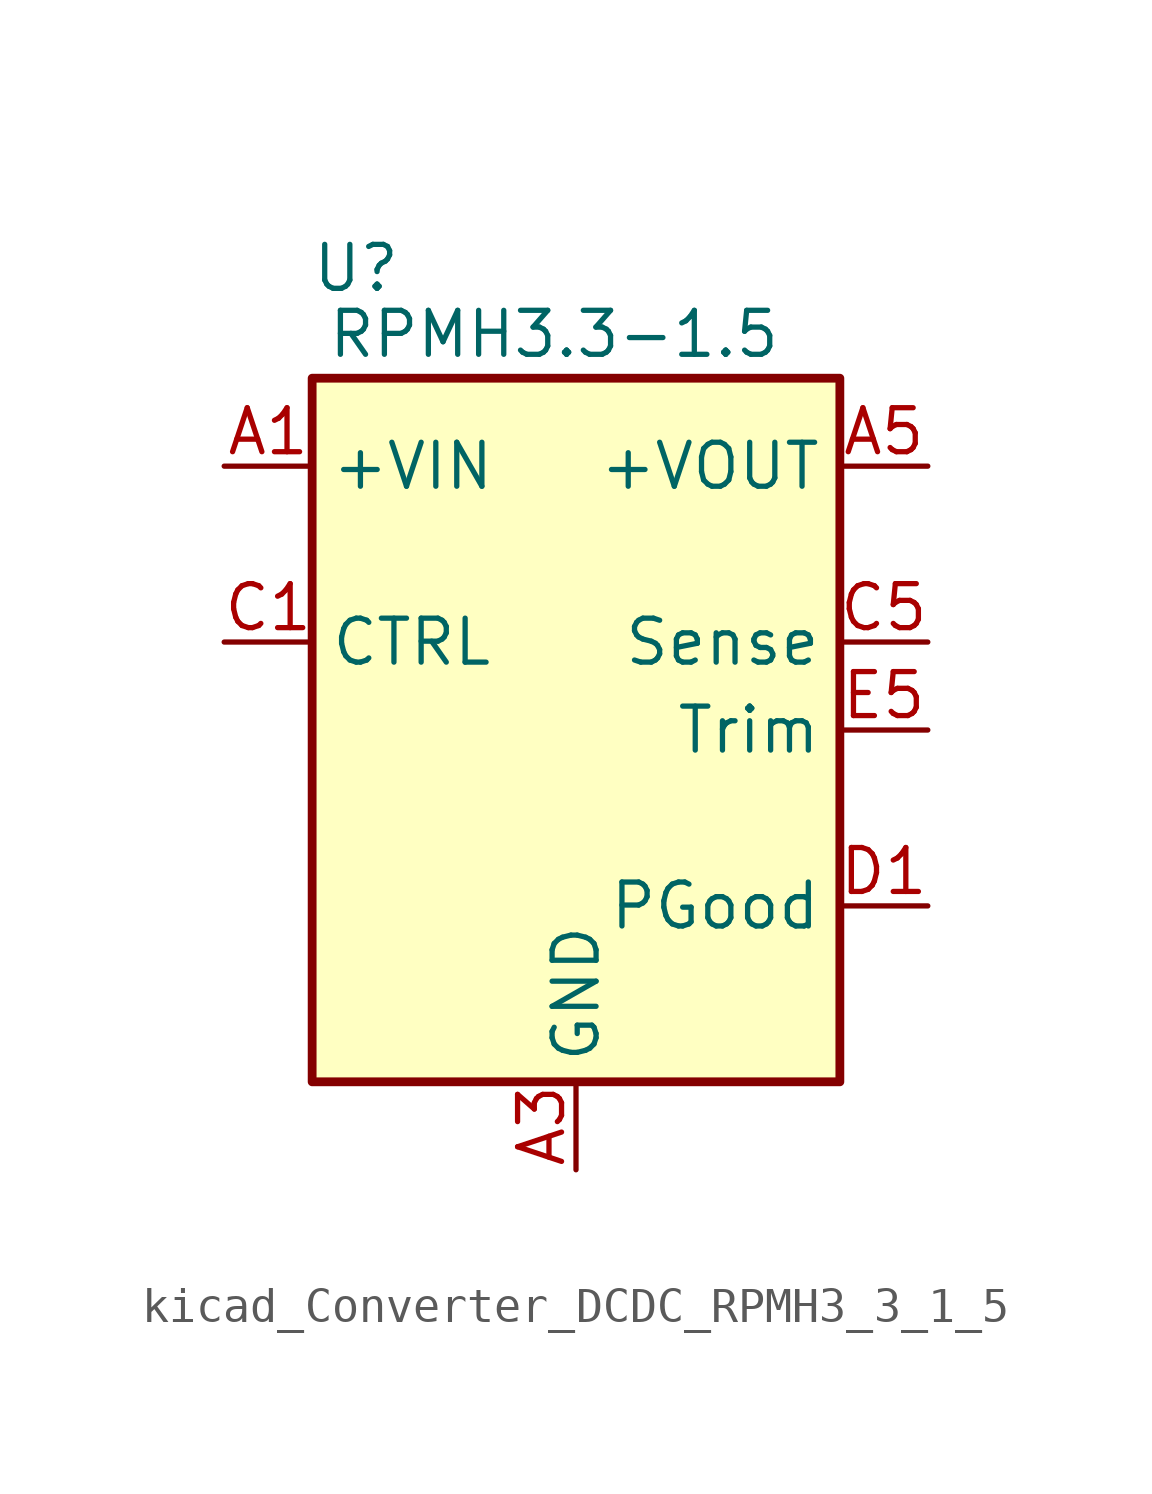
<source format=kicad_sym>
(kicad_symbol_lib
  (version 20220914)
  (generator kicad_symbol_editor)
  (symbol "kicad_Converter_DCDC_RPMH3_3_1_5"
    (property "Reference" "U"
      (at -6.35 13.335 0)
      (effects (font (size 1.27 1.27))))
    (property "Value" "RPMH3.3-1.5"
      (at -0.635 11.43 0)
      (effects (font (size 1.27 1.27))))
    (symbol "kicad_Converter_DCDC_RPMH3_3_1_5_0_1"
      (rectangle (start -7.62 10.16) (end 7.62 -10.16) (stroke (width 0.254) (type default)) (fill (type background))))
    (symbol "kicad_Converter_DCDC_RPMH3_3_1_5_1_1"
      (pin power_in line (at -10.16 7.62 0) (length 2.54) (name "+VIN" (effects (font (size 1.27 1.27)))) (number "A1" (effects (font (size 1.27 1.27)))))
      (pin passive line (at -10.16 7.62 0) (length 2.54) hide (name "+VIN" (effects (font (size 1.27 1.27)))) (number "A2" (effects (font (size 1.27 1.27)))))
      (pin power_in line (at 0 -12.7 90) (length 2.54) (name "GND" (effects (font (size 1.27 1.27)))) (number "A3" (effects (font (size 1.27 1.27)))))
      (pin passive line (at 0 -12.7 90) (length 2.54) hide (name "GND" (effects (font (size 1.27 1.27)))) (number "A4" (effects (font (size 1.27 1.27)))))
      (pin power_out line (at 10.16 7.62 180) (length 2.54) (name "+VOUT" (effects (font (size 1.27 1.27)))) (number "A5" (effects (font (size 1.27 1.27)))))
      (pin passive line (at 0 -12.7 90) (length 2.54) hide (name "GND" (effects (font (size 1.27 1.27)))) (number "B1" (effects (font (size 1.27 1.27)))))
      (pin passive line (at 0 -12.7 90) (length 2.54) hide (name "GND" (effects (font (size 1.27 1.27)))) (number "B2" (effects (font (size 1.27 1.27)))))
      (pin passive line (at 0 -12.7 90) (length 2.54) hide (name "GND" (effects (font (size 1.27 1.27)))) (number "B3" (effects (font (size 1.27 1.27)))))
      (pin passive line (at 0 -12.7 90) (length 2.54) hide (name "GND" (effects (font (size 1.27 1.27)))) (number "B4" (effects (font (size 1.27 1.27)))))
      (pin passive line (at 10.16 7.62 180) (length 2.54) hide (name "+VOUT" (effects (font (size 1.27 1.27)))) (number "B5" (effects (font (size 1.27 1.27)))))
      (pin input line (at -10.16 2.54 0) (length 2.54) (name "CTRL" (effects (font (size 1.27 1.27)))) (number "C1" (effects (font (size 1.27 1.27)))))
      (pin passive line (at 0 -12.7 90) (length 2.54) hide (name "GND" (effects (font (size 1.27 1.27)))) (number "C2" (effects (font (size 1.27 1.27)))))
      (pin passive line (at 0 -12.7 90) (length 2.54) hide (name "GND" (effects (font (size 1.27 1.27)))) (number "C3" (effects (font (size 1.27 1.27)))))
      (pin passive line (at 0 -12.7 90) (length 2.54) hide (name "GND" (effects (font (size 1.27 1.27)))) (number "C4" (effects (font (size 1.27 1.27)))))
      (pin input line (at 10.16 2.54 180) (length 2.54) (name "Sense" (effects (font (size 1.27 1.27)))) (number "C5" (effects (font (size 1.27 1.27)))))
      (pin output line (at 10.16 -5.08 180) (length 2.54) (name "PGood" (effects (font (size 1.27 1.27)))) (number "D1" (effects (font (size 1.27 1.27)))))
      (pin passive line (at 0 -12.7 90) (length 2.54) hide (name "GND" (effects (font (size 1.27 1.27)))) (number "D2" (effects (font (size 1.27 1.27)))))
      (pin passive line (at 0 -12.7 90) (length 2.54) hide (name "GND" (effects (font (size 1.27 1.27)))) (number "D3" (effects (font (size 1.27 1.27)))))
      (pin passive line (at 0 -12.7 90) (length 2.54) hide (name "GND" (effects (font (size 1.27 1.27)))) (number "D4" (effects (font (size 1.27 1.27)))))
      (pin passive line (at 0 -12.7 90) (length 2.54) hide (name "GND" (effects (font (size 1.27 1.27)))) (number "D5" (effects (font (size 1.27 1.27)))))
      (pin no_connect line (at -7.62 -2.54 0) (length 2.54) hide (name "NC" (effects (font (size 1.27 1.27)))) (number "E1" (effects (font (size 1.27 1.27)))))
      (pin no_connect line (at -7.62 -5.08 0) (length 2.54) hide (name "NC" (effects (font (size 1.27 1.27)))) (number "E2" (effects (font (size 1.27 1.27)))))
      (pin passive line (at 0 -12.7 90) (length 2.54) hide (name "GND" (effects (font (size 1.27 1.27)))) (number "E3" (effects (font (size 1.27 1.27)))))
      (pin passive line (at 0 -12.7 90) (length 2.54) hide (name "GND" (effects (font (size 1.27 1.27)))) (number "E4" (effects (font (size 1.27 1.27)))))
      (pin input line (at 10.16 0 180) (length 2.54) (name "Trim" (effects (font (size 1.27 1.27)))) (number "E5" (effects (font (size 1.27 1.27))))))))
</source>
